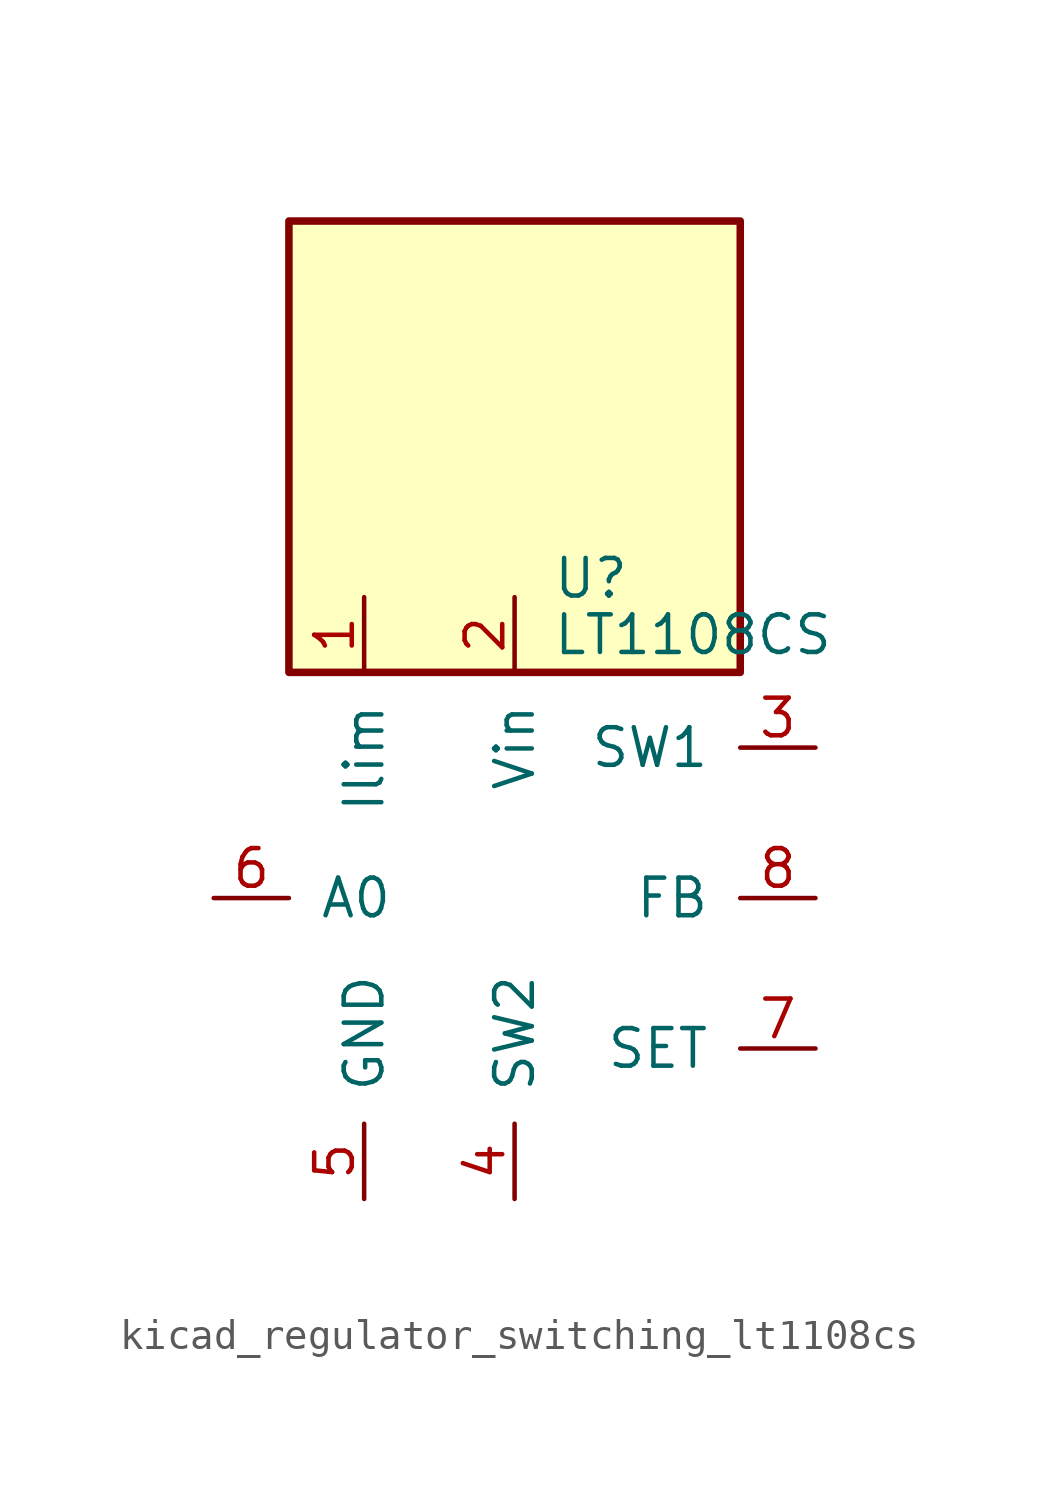
<source format=kicad_sym>
(kicad_symbol_lib
  (version 20220914)
  (generator kicad_symbol_editor)
  (symbol "kicad_regulator_switching_lt1108cs"
    (pin_names
      (offset 1.016))
    (property "Reference" "U"
      (at 1.27 10.795 0)
      (effects (font (size 1.27 1.27)) (justify left)))
    (property "Value" "LT1108CS"
      (at 1.27 8.89 0)
      (effects (font (size 1.27 1.27)) (justify left)))
    (symbol "kicad_regulator_switching_lt1108cs_0_1"
      (rectangle (start 7.62 22.86) (end -7.62 7.62) (stroke (width 0.254) (type default)) (fill (type background))))
    (symbol "kicad_regulator_switching_lt1108cs_1_1"
      (pin input line (at -5.08 10.16 270) (length 2.54) (name "Ilim" (effects (font (size 1.27 1.27)))) (number "1" (effects (font (size 1.27 1.27)))))
      (pin power_in line (at 0 10.16 270) (length 2.54) (name "Vin" (effects (font (size 1.27 1.27)))) (number "2" (effects (font (size 1.27 1.27)))))
      (pin input line (at 10.16 5.08 180) (length 2.54) (name "SW1" (effects (font (size 1.27 1.27)))) (number "3" (effects (font (size 1.27 1.27)))))
      (pin input line (at 0 -10.16 90) (length 2.54) (name "SW2" (effects (font (size 1.27 1.27)))) (number "4" (effects (font (size 1.27 1.27)))))
      (pin power_in line (at -5.08 -10.16 90) (length 2.54) (name "GND" (effects (font (size 1.27 1.27)))) (number "5" (effects (font (size 1.27 1.27)))))
      (pin output line (at -10.16 0 0) (length 2.54) (name "A0" (effects (font (size 1.27 1.27)))) (number "6" (effects (font (size 1.27 1.27)))))
      (pin input line (at 10.16 -5.08 180) (length 2.54) (name "SET" (effects (font (size 1.27 1.27)))) (number "7" (effects (font (size 1.27 1.27)))))
      (pin input line (at 10.16 0 180) (length 2.54) (name "FB" (effects (font (size 1.27 1.27)))) (number "8" (effects (font (size 1.27 1.27))))))))
</source>
